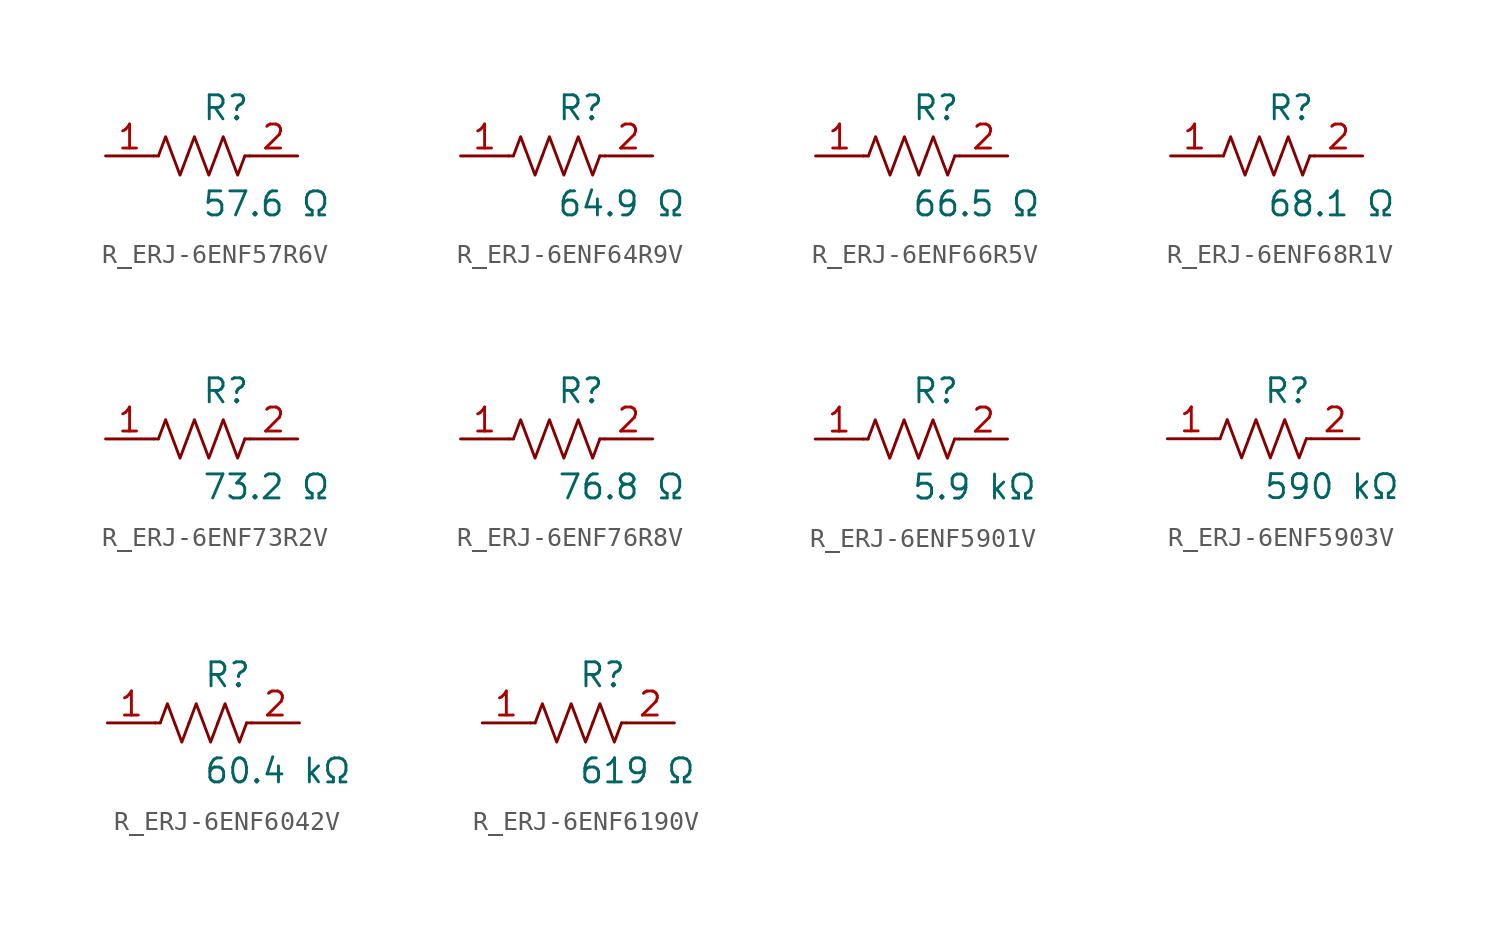
<source format=kicad_sym>
(kicad_symbol_lib
  (version 20231120)
  (generator kicad_symbol_editor)
  (generator_version 8.0)
  (symbol "R_ERJ-6ENF57R6V"
    (pin_names
      (offset 0.254))
    (property "Reference" "R"
      (at 0.0 2.54 0)
      (effects (font (size 1.27 1.27)) (justify left)))
    (property "Value" "57.6 Ω"
      (at 0.0 -2.54 0)
      (effects (font (size 1.27 1.27)) (justify left)))
    (symbol "R_ERJ-6ENF57R6V_0_1"
      (polyline (pts (xy 2.286 0) (xy 2.54 0)) (stroke (width 0) (type default)) (fill (type none)))
      (polyline (pts (xy -2.286 0) (xy -2.54 0)) (stroke (width 0) (type default)) (fill (type none)))
      (polyline (pts (xy 0.762 0) (xy 1.143 1.016) (xy 1.524 0) (xy 1.905 -1.016) (xy 2.286 0)) (stroke (width 0) (type default)) (fill (type none)))
      (polyline (pts (xy -0.762 0) (xy -0.381 1.016) (xy 0 0) (xy 0.381 -1.016) (xy 0.762 0)) (stroke (width 0) (type default)) (fill (type none)))
      (polyline (pts (xy -2.286 0) (xy -1.905 1.016) (xy -1.524 0) (xy -1.143 -1.016) (xy -0.762 0)) (stroke (width 0) (type default)) (fill (type none))))
    (pin unspecified line
      (at -5.08 0 0)
      (length 2.54)
      (name "" (effects (font (size 1.27 1.27))))
      (number "1" (effects (font (size 1.27 1.27)))))
    (pin unspecified line
      (at 5.08 0 180)
      (length 2.54)
      (name "" (effects (font (size 1.27 1.27))))
      (number "2" (effects (font (size 1.27 1.27))))))
  (symbol "R_ERJ-6ENF64R9V"
    (pin_names
      (offset 0.254))
    (property "Reference" "R"
      (at 0.0 2.54 0)
      (effects (font (size 1.27 1.27)) (justify left)))
    (property "Value" "64.9 Ω"
      (at 0.0 -2.54 0)
      (effects (font (size 1.27 1.27)) (justify left)))
    (symbol "R_ERJ-6ENF64R9V_0_1"
      (polyline (pts (xy 2.286 0) (xy 2.54 0)) (stroke (width 0) (type default)) (fill (type none)))
      (polyline (pts (xy -2.286 0) (xy -2.54 0)) (stroke (width 0) (type default)) (fill (type none)))
      (polyline (pts (xy 0.762 0) (xy 1.143 1.016) (xy 1.524 0) (xy 1.905 -1.016) (xy 2.286 0)) (stroke (width 0) (type default)) (fill (type none)))
      (polyline (pts (xy -0.762 0) (xy -0.381 1.016) (xy 0 0) (xy 0.381 -1.016) (xy 0.762 0)) (stroke (width 0) (type default)) (fill (type none)))
      (polyline (pts (xy -2.286 0) (xy -1.905 1.016) (xy -1.524 0) (xy -1.143 -1.016) (xy -0.762 0)) (stroke (width 0) (type default)) (fill (type none))))
    (pin unspecified line
      (at -5.08 0 0)
      (length 2.54)
      (name "" (effects (font (size 1.27 1.27))))
      (number "1" (effects (font (size 1.27 1.27)))))
    (pin unspecified line
      (at 5.08 0 180)
      (length 2.54)
      (name "" (effects (font (size 1.27 1.27))))
      (number "2" (effects (font (size 1.27 1.27))))))
  (symbol "R_ERJ-6ENF66R5V"
    (pin_names
      (offset 0.254))
    (property "Reference" "R"
      (at 0.0 2.54 0)
      (effects (font (size 1.27 1.27)) (justify left)))
    (property "Value" "66.5 Ω"
      (at 0.0 -2.54 0)
      (effects (font (size 1.27 1.27)) (justify left)))
    (symbol "R_ERJ-6ENF66R5V_0_1"
      (polyline (pts (xy 2.286 0) (xy 2.54 0)) (stroke (width 0) (type default)) (fill (type none)))
      (polyline (pts (xy -2.286 0) (xy -2.54 0)) (stroke (width 0) (type default)) (fill (type none)))
      (polyline (pts (xy 0.762 0) (xy 1.143 1.016) (xy 1.524 0) (xy 1.905 -1.016) (xy 2.286 0)) (stroke (width 0) (type default)) (fill (type none)))
      (polyline (pts (xy -0.762 0) (xy -0.381 1.016) (xy 0 0) (xy 0.381 -1.016) (xy 0.762 0)) (stroke (width 0) (type default)) (fill (type none)))
      (polyline (pts (xy -2.286 0) (xy -1.905 1.016) (xy -1.524 0) (xy -1.143 -1.016) (xy -0.762 0)) (stroke (width 0) (type default)) (fill (type none))))
    (pin unspecified line
      (at -5.08 0 0)
      (length 2.54)
      (name "" (effects (font (size 1.27 1.27))))
      (number "1" (effects (font (size 1.27 1.27)))))
    (pin unspecified line
      (at 5.08 0 180)
      (length 2.54)
      (name "" (effects (font (size 1.27 1.27))))
      (number "2" (effects (font (size 1.27 1.27))))))
  (symbol "R_ERJ-6ENF68R1V"
    (pin_names
      (offset 0.254))
    (property "Reference" "R"
      (at 0.0 2.54 0)
      (effects (font (size 1.27 1.27)) (justify left)))
    (property "Value" "68.1 Ω"
      (at 0.0 -2.54 0)
      (effects (font (size 1.27 1.27)) (justify left)))
    (symbol "R_ERJ-6ENF68R1V_0_1"
      (polyline (pts (xy 2.286 0) (xy 2.54 0)) (stroke (width 0) (type default)) (fill (type none)))
      (polyline (pts (xy -2.286 0) (xy -2.54 0)) (stroke (width 0) (type default)) (fill (type none)))
      (polyline (pts (xy 0.762 0) (xy 1.143 1.016) (xy 1.524 0) (xy 1.905 -1.016) (xy 2.286 0)) (stroke (width 0) (type default)) (fill (type none)))
      (polyline (pts (xy -0.762 0) (xy -0.381 1.016) (xy 0 0) (xy 0.381 -1.016) (xy 0.762 0)) (stroke (width 0) (type default)) (fill (type none)))
      (polyline (pts (xy -2.286 0) (xy -1.905 1.016) (xy -1.524 0) (xy -1.143 -1.016) (xy -0.762 0)) (stroke (width 0) (type default)) (fill (type none))))
    (pin unspecified line
      (at -5.08 0 0)
      (length 2.54)
      (name "" (effects (font (size 1.27 1.27))))
      (number "1" (effects (font (size 1.27 1.27)))))
    (pin unspecified line
      (at 5.08 0 180)
      (length 2.54)
      (name "" (effects (font (size 1.27 1.27))))
      (number "2" (effects (font (size 1.27 1.27))))))
  (symbol "R_ERJ-6ENF73R2V"
    (pin_names
      (offset 0.254))
    (property "Reference" "R"
      (at 0.0 2.54 0)
      (effects (font (size 1.27 1.27)) (justify left)))
    (property "Value" "73.2 Ω"
      (at 0.0 -2.54 0)
      (effects (font (size 1.27 1.27)) (justify left)))
    (symbol "R_ERJ-6ENF73R2V_0_1"
      (polyline (pts (xy 2.286 0) (xy 2.54 0)) (stroke (width 0) (type default)) (fill (type none)))
      (polyline (pts (xy -2.286 0) (xy -2.54 0)) (stroke (width 0) (type default)) (fill (type none)))
      (polyline (pts (xy 0.762 0) (xy 1.143 1.016) (xy 1.524 0) (xy 1.905 -1.016) (xy 2.286 0)) (stroke (width 0) (type default)) (fill (type none)))
      (polyline (pts (xy -0.762 0) (xy -0.381 1.016) (xy 0 0) (xy 0.381 -1.016) (xy 0.762 0)) (stroke (width 0) (type default)) (fill (type none)))
      (polyline (pts (xy -2.286 0) (xy -1.905 1.016) (xy -1.524 0) (xy -1.143 -1.016) (xy -0.762 0)) (stroke (width 0) (type default)) (fill (type none))))
    (pin unspecified line
      (at -5.08 0 0)
      (length 2.54)
      (name "" (effects (font (size 1.27 1.27))))
      (number "1" (effects (font (size 1.27 1.27)))))
    (pin unspecified line
      (at 5.08 0 180)
      (length 2.54)
      (name "" (effects (font (size 1.27 1.27))))
      (number "2" (effects (font (size 1.27 1.27))))))
  (symbol "R_ERJ-6ENF76R8V"
    (pin_names
      (offset 0.254))
    (property "Reference" "R"
      (at 0.0 2.54 0)
      (effects (font (size 1.27 1.27)) (justify left)))
    (property "Value" "76.8 Ω"
      (at 0.0 -2.54 0)
      (effects (font (size 1.27 1.27)) (justify left)))
    (symbol "R_ERJ-6ENF76R8V_0_1"
      (polyline (pts (xy 2.286 0) (xy 2.54 0)) (stroke (width 0) (type default)) (fill (type none)))
      (polyline (pts (xy -2.286 0) (xy -2.54 0)) (stroke (width 0) (type default)) (fill (type none)))
      (polyline (pts (xy 0.762 0) (xy 1.143 1.016) (xy 1.524 0) (xy 1.905 -1.016) (xy 2.286 0)) (stroke (width 0) (type default)) (fill (type none)))
      (polyline (pts (xy -0.762 0) (xy -0.381 1.016) (xy 0 0) (xy 0.381 -1.016) (xy 0.762 0)) (stroke (width 0) (type default)) (fill (type none)))
      (polyline (pts (xy -2.286 0) (xy -1.905 1.016) (xy -1.524 0) (xy -1.143 -1.016) (xy -0.762 0)) (stroke (width 0) (type default)) (fill (type none))))
    (pin unspecified line
      (at -5.08 0 0)
      (length 2.54)
      (name "" (effects (font (size 1.27 1.27))))
      (number "1" (effects (font (size 1.27 1.27)))))
    (pin unspecified line
      (at 5.08 0 180)
      (length 2.54)
      (name "" (effects (font (size 1.27 1.27))))
      (number "2" (effects (font (size 1.27 1.27))))))
  (symbol "R_ERJ-6ENF5901V"
    (pin_names
      (offset 0.254))
    (property "Reference" "R"
      (at 0.0 2.54 0)
      (effects (font (size 1.27 1.27)) (justify left)))
    (property "Value" "5.9 kΩ"
      (at 0.0 -2.54 0)
      (effects (font (size 1.27 1.27)) (justify left)))
    (symbol "R_ERJ-6ENF5901V_0_1"
      (polyline (pts (xy 2.286 0) (xy 2.54 0)) (stroke (width 0) (type default)) (fill (type none)))
      (polyline (pts (xy -2.286 0) (xy -2.54 0)) (stroke (width 0) (type default)) (fill (type none)))
      (polyline (pts (xy 0.762 0) (xy 1.143 1.016) (xy 1.524 0) (xy 1.905 -1.016) (xy 2.286 0)) (stroke (width 0) (type default)) (fill (type none)))
      (polyline (pts (xy -0.762 0) (xy -0.381 1.016) (xy 0 0) (xy 0.381 -1.016) (xy 0.762 0)) (stroke (width 0) (type default)) (fill (type none)))
      (polyline (pts (xy -2.286 0) (xy -1.905 1.016) (xy -1.524 0) (xy -1.143 -1.016) (xy -0.762 0)) (stroke (width 0) (type default)) (fill (type none))))
    (pin unspecified line
      (at -5.08 0 0)
      (length 2.54)
      (name "" (effects (font (size 1.27 1.27))))
      (number "1" (effects (font (size 1.27 1.27)))))
    (pin unspecified line
      (at 5.08 0 180)
      (length 2.54)
      (name "" (effects (font (size 1.27 1.27))))
      (number "2" (effects (font (size 1.27 1.27))))))
  (symbol "R_ERJ-6ENF5903V"
    (pin_names
      (offset 0.254))
    (property "Reference" "R"
      (at 0.0 2.54 0)
      (effects (font (size 1.27 1.27)) (justify left)))
    (property "Value" "590 kΩ"
      (at 0.0 -2.54 0)
      (effects (font (size 1.27 1.27)) (justify left)))
    (symbol "R_ERJ-6ENF5903V_0_1"
      (polyline (pts (xy 2.286 0) (xy 2.54 0)) (stroke (width 0) (type default)) (fill (type none)))
      (polyline (pts (xy -2.286 0) (xy -2.54 0)) (stroke (width 0) (type default)) (fill (type none)))
      (polyline (pts (xy 0.762 0) (xy 1.143 1.016) (xy 1.524 0) (xy 1.905 -1.016) (xy 2.286 0)) (stroke (width 0) (type default)) (fill (type none)))
      (polyline (pts (xy -0.762 0) (xy -0.381 1.016) (xy 0 0) (xy 0.381 -1.016) (xy 0.762 0)) (stroke (width 0) (type default)) (fill (type none)))
      (polyline (pts (xy -2.286 0) (xy -1.905 1.016) (xy -1.524 0) (xy -1.143 -1.016) (xy -0.762 0)) (stroke (width 0) (type default)) (fill (type none))))
    (pin unspecified line
      (at -5.08 0 0)
      (length 2.54)
      (name "" (effects (font (size 1.27 1.27))))
      (number "1" (effects (font (size 1.27 1.27)))))
    (pin unspecified line
      (at 5.08 0 180)
      (length 2.54)
      (name "" (effects (font (size 1.27 1.27))))
      (number "2" (effects (font (size 1.27 1.27))))))
  (symbol "R_ERJ-6ENF6042V"
    (pin_names
      (offset 0.254))
    (property "Reference" "R"
      (at 0.0 2.54 0)
      (effects (font (size 1.27 1.27)) (justify left)))
    (property "Value" "60.4 kΩ"
      (at 0.0 -2.54 0)
      (effects (font (size 1.27 1.27)) (justify left)))
    (symbol "R_ERJ-6ENF6042V_0_1"
      (polyline (pts (xy 2.286 0) (xy 2.54 0)) (stroke (width 0) (type default)) (fill (type none)))
      (polyline (pts (xy -2.286 0) (xy -2.54 0)) (stroke (width 0) (type default)) (fill (type none)))
      (polyline (pts (xy 0.762 0) (xy 1.143 1.016) (xy 1.524 0) (xy 1.905 -1.016) (xy 2.286 0)) (stroke (width 0) (type default)) (fill (type none)))
      (polyline (pts (xy -0.762 0) (xy -0.381 1.016) (xy 0 0) (xy 0.381 -1.016) (xy 0.762 0)) (stroke (width 0) (type default)) (fill (type none)))
      (polyline (pts (xy -2.286 0) (xy -1.905 1.016) (xy -1.524 0) (xy -1.143 -1.016) (xy -0.762 0)) (stroke (width 0) (type default)) (fill (type none))))
    (pin unspecified line
      (at -5.08 0 0)
      (length 2.54)
      (name "" (effects (font (size 1.27 1.27))))
      (number "1" (effects (font (size 1.27 1.27)))))
    (pin unspecified line
      (at 5.08 0 180)
      (length 2.54)
      (name "" (effects (font (size 1.27 1.27))))
      (number "2" (effects (font (size 1.27 1.27))))))
  (symbol "R_ERJ-6ENF6190V"
    (pin_names
      (offset 0.254))
    (property "Reference" "R"
      (at 0.0 2.54 0)
      (effects (font (size 1.27 1.27)) (justify left)))
    (property "Value" "619 Ω"
      (at 0.0 -2.54 0)
      (effects (font (size 1.27 1.27)) (justify left)))
    (symbol "R_ERJ-6ENF6190V_0_1"
      (polyline (pts (xy 2.286 0) (xy 2.54 0)) (stroke (width 0) (type default)) (fill (type none)))
      (polyline (pts (xy -2.286 0) (xy -2.54 0)) (stroke (width 0) (type default)) (fill (type none)))
      (polyline (pts (xy 0.762 0) (xy 1.143 1.016) (xy 1.524 0) (xy 1.905 -1.016) (xy 2.286 0)) (stroke (width 0) (type default)) (fill (type none)))
      (polyline (pts (xy -0.762 0) (xy -0.381 1.016) (xy 0 0) (xy 0.381 -1.016) (xy 0.762 0)) (stroke (width 0) (type default)) (fill (type none)))
      (polyline (pts (xy -2.286 0) (xy -1.905 1.016) (xy -1.524 0) (xy -1.143 -1.016) (xy -0.762 0)) (stroke (width 0) (type default)) (fill (type none))))
    (pin unspecified line
      (at -5.08 0 0)
      (length 2.54)
      (name "" (effects (font (size 1.27 1.27))))
      (number "1" (effects (font (size 1.27 1.27)))))
    (pin unspecified line
      (at 5.08 0 180)
      (length 2.54)
      (name "" (effects (font (size 1.27 1.27))))
      (number "2" (effects (font (size 1.27 1.27)))))))
</source>
